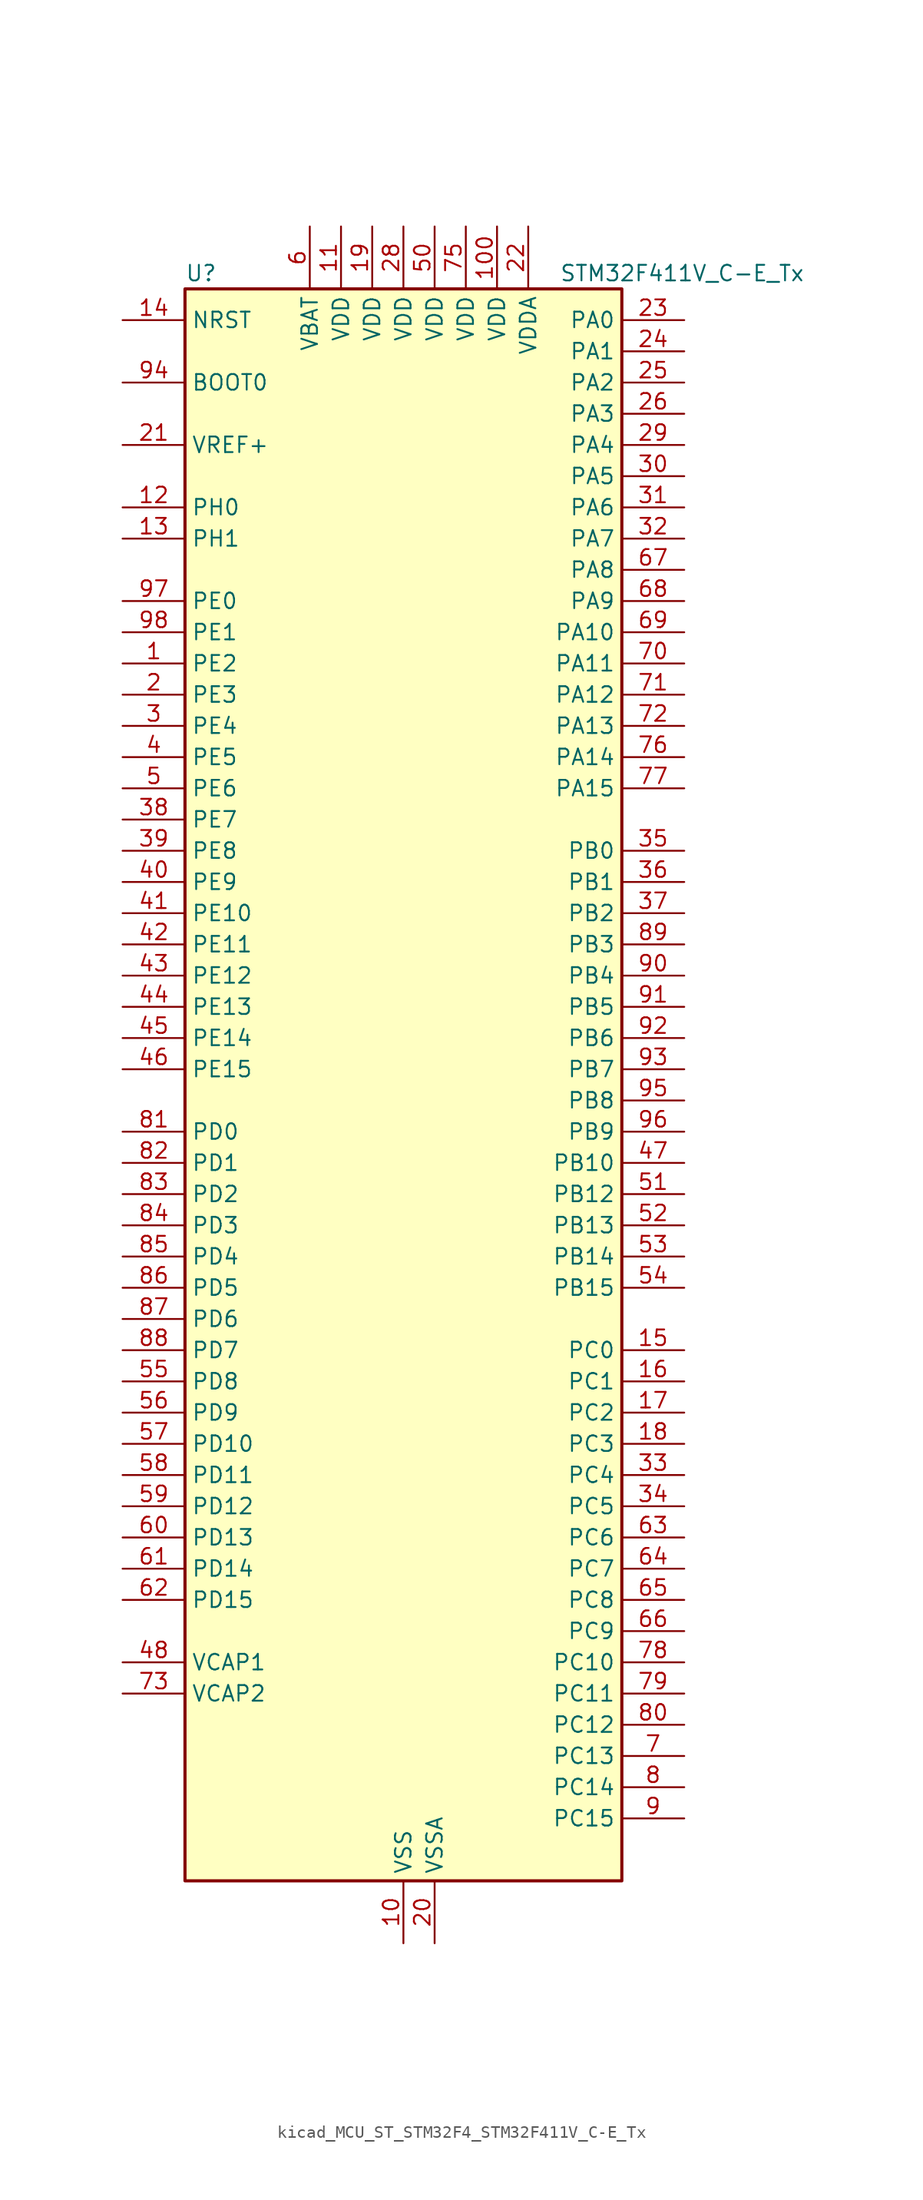
<source format=kicad_sym>
(kicad_symbol_lib
  (version 20220914)
  (generator kicad_symbol_editor)
  (symbol "kicad_MCU_ST_STM32F4_STM32F411V_C-E_Tx"
    (property "Reference" "U"
      (at -17.78 67.31 0)
      (effects (font (size 1.27 1.27)) (justify left)))
    (property "Value" "STM32F411V_C-E_Tx"
      (at 12.7 67.31 0)
      (effects (font (size 1.27 1.27)) (justify left)))
    (property "ki_locked" ""
      (at 0 0 0)
      (effects (font (size 1.27 1.27))))
    (symbol "kicad_MCU_ST_STM32F4_STM32F411V_C-E_Tx_0_1"
      (rectangle (start -17.78 -63.5) (end 17.78 66.04) (stroke (width 0.254) (type default)) (fill (type background))))
    (symbol "kicad_MCU_ST_STM32F4_STM32F411V_C-E_Tx_1_1"
      (pin bidirectional line (at -22.86 35.56 0) (length 5.08) (name "PE2" (effects (font (size 1.27 1.27)))) (number "1" (effects (font (size 1.27 1.27)))) (alternate "I2S4_CK" bidirectional line) (alternate "I2S5_CK" bidirectional line) (alternate "SPI4_SCK" bidirectional line) (alternate "SPI5_SCK" bidirectional line) (alternate "SYS_TRACECLK" bidirectional line))
      (pin power_in line (at 0 -68.58 90) (length 5.08) (name "VSS" (effects (font (size 1.27 1.27)))) (number "10" (effects (font (size 1.27 1.27)))))
      (pin power_in line (at 7.62 71.12 270) (length 5.08) (name "VDD" (effects (font (size 1.27 1.27)))) (number "100" (effects (font (size 1.27 1.27)))))
      (pin power_in line (at -5.08 71.12 270) (length 5.08) (name "VDD" (effects (font (size 1.27 1.27)))) (number "11" (effects (font (size 1.27 1.27)))))
      (pin bidirectional line (at -22.86 48.26 0) (length 5.08) (name "PH0" (effects (font (size 1.27 1.27)))) (number "12" (effects (font (size 1.27 1.27)))) (alternate "RCC_OSC_IN" bidirectional line))
      (pin bidirectional line (at -22.86 45.72 0) (length 5.08) (name "PH1" (effects (font (size 1.27 1.27)))) (number "13" (effects (font (size 1.27 1.27)))) (alternate "RCC_OSC_OUT" bidirectional line))
      (pin input line (at -22.86 63.5 0) (length 5.08) (name "NRST" (effects (font (size 1.27 1.27)))) (number "14" (effects (font (size 1.27 1.27)))))
      (pin bidirectional line (at 22.86 -20.32 180) (length 5.08) (name "PC0" (effects (font (size 1.27 1.27)))) (number "15" (effects (font (size 1.27 1.27)))) (alternate "ADC1_IN10" bidirectional line))
      (pin bidirectional line (at 22.86 -22.86 180) (length 5.08) (name "PC1" (effects (font (size 1.27 1.27)))) (number "16" (effects (font (size 1.27 1.27)))) (alternate "ADC1_IN11" bidirectional line))
      (pin bidirectional line (at 22.86 -25.4 180) (length 5.08) (name "PC2" (effects (font (size 1.27 1.27)))) (number "17" (effects (font (size 1.27 1.27)))) (alternate "ADC1_IN12" bidirectional line) (alternate "I2S2_ext_SD" bidirectional line) (alternate "SPI2_MISO" bidirectional line))
      (pin bidirectional line (at 22.86 -27.94 180) (length 5.08) (name "PC3" (effects (font (size 1.27 1.27)))) (number "18" (effects (font (size 1.27 1.27)))) (alternate "ADC1_IN13" bidirectional line) (alternate "I2S2_SD" bidirectional line) (alternate "SPI2_MOSI" bidirectional line))
      (pin power_in line (at -2.54 71.12 270) (length 5.08) (name "VDD" (effects (font (size 1.27 1.27)))) (number "19" (effects (font (size 1.27 1.27)))))
      (pin bidirectional line (at -22.86 33.02 0) (length 5.08) (name "PE3" (effects (font (size 1.27 1.27)))) (number "2" (effects (font (size 1.27 1.27)))) (alternate "SYS_TRACED0" bidirectional line))
      (pin power_in line (at 2.54 -68.58 90) (length 5.08) (name "VSSA" (effects (font (size 1.27 1.27)))) (number "20" (effects (font (size 1.27 1.27)))))
      (pin input line (at -22.86 53.34 0) (length 5.08) (name "VREF+" (effects (font (size 1.27 1.27)))) (number "21" (effects (font (size 1.27 1.27)))))
      (pin power_in line (at 10.16 71.12 270) (length 5.08) (name "VDDA" (effects (font (size 1.27 1.27)))) (number "22" (effects (font (size 1.27 1.27)))))
      (pin bidirectional line (at 22.86 63.5 180) (length 5.08) (name "PA0" (effects (font (size 1.27 1.27)))) (number "23" (effects (font (size 1.27 1.27)))) (alternate "ADC1_IN0" bidirectional line) (alternate "SYS_WKUP" bidirectional line) (alternate "TIM2_CH1" bidirectional line) (alternate "TIM2_ETR" bidirectional line) (alternate "TIM5_CH1" bidirectional line) (alternate "USART2_CTS" bidirectional line))
      (pin bidirectional line (at 22.86 60.96 180) (length 5.08) (name "PA1" (effects (font (size 1.27 1.27)))) (number "24" (effects (font (size 1.27 1.27)))) (alternate "ADC1_IN1" bidirectional line) (alternate "I2S4_SD" bidirectional line) (alternate "SPI4_MOSI" bidirectional line) (alternate "TIM2_CH2" bidirectional line) (alternate "TIM5_CH2" bidirectional line) (alternate "USART2_RTS" bidirectional line))
      (pin bidirectional line (at 22.86 58.42 180) (length 5.08) (name "PA2" (effects (font (size 1.27 1.27)))) (number "25" (effects (font (size 1.27 1.27)))) (alternate "ADC1_IN2" bidirectional line) (alternate "I2S_CKIN" bidirectional line) (alternate "TIM2_CH3" bidirectional line) (alternate "TIM5_CH3" bidirectional line) (alternate "TIM9_CH1" bidirectional line) (alternate "USART2_TX" bidirectional line))
      (pin bidirectional line (at 22.86 55.88 180) (length 5.08) (name "PA3" (effects (font (size 1.27 1.27)))) (number "26" (effects (font (size 1.27 1.27)))) (alternate "ADC1_IN3" bidirectional line) (alternate "I2S2_MCK" bidirectional line) (alternate "TIM2_CH4" bidirectional line) (alternate "TIM5_CH4" bidirectional line) (alternate "TIM9_CH2" bidirectional line) (alternate "USART2_RX" bidirectional line))
      (pin passive line (at 0 -68.58 90) (length 5.08) hide (name "VSS" (effects (font (size 1.27 1.27)))) (number "27" (effects (font (size 1.27 1.27)))))
      (pin power_in line (at 0 71.12 270) (length 5.08) (name "VDD" (effects (font (size 1.27 1.27)))) (number "28" (effects (font (size 1.27 1.27)))))
      (pin bidirectional line (at 22.86 53.34 180) (length 5.08) (name "PA4" (effects (font (size 1.27 1.27)))) (number "29" (effects (font (size 1.27 1.27)))) (alternate "ADC1_IN4" bidirectional line) (alternate "I2S1_WS" bidirectional line) (alternate "I2S3_WS" bidirectional line) (alternate "SPI1_NSS" bidirectional line) (alternate "SPI3_NSS" bidirectional line) (alternate "USART2_CK" bidirectional line))
      (pin bidirectional line (at -22.86 30.48 0) (length 5.08) (name "PE4" (effects (font (size 1.27 1.27)))) (number "3" (effects (font (size 1.27 1.27)))) (alternate "I2S4_WS" bidirectional line) (alternate "I2S5_WS" bidirectional line) (alternate "SPI4_NSS" bidirectional line) (alternate "SPI5_NSS" bidirectional line) (alternate "SYS_TRACED1" bidirectional line))
      (pin bidirectional line (at 22.86 50.8 180) (length 5.08) (name "PA5" (effects (font (size 1.27 1.27)))) (number "30" (effects (font (size 1.27 1.27)))) (alternate "ADC1_IN5" bidirectional line) (alternate "I2S1_CK" bidirectional line) (alternate "SPI1_SCK" bidirectional line) (alternate "TIM2_CH1" bidirectional line) (alternate "TIM2_ETR" bidirectional line))
      (pin bidirectional line (at 22.86 48.26 180) (length 5.08) (name "PA6" (effects (font (size 1.27 1.27)))) (number "31" (effects (font (size 1.27 1.27)))) (alternate "ADC1_IN6" bidirectional line) (alternate "I2S2_MCK" bidirectional line) (alternate "SDIO_CMD" bidirectional line) (alternate "SPI1_MISO" bidirectional line) (alternate "TIM1_BKIN" bidirectional line) (alternate "TIM3_CH1" bidirectional line))
      (pin bidirectional line (at 22.86 45.72 180) (length 5.08) (name "PA7" (effects (font (size 1.27 1.27)))) (number "32" (effects (font (size 1.27 1.27)))) (alternate "ADC1_IN7" bidirectional line) (alternate "I2S1_SD" bidirectional line) (alternate "SPI1_MOSI" bidirectional line) (alternate "TIM1_CH1N" bidirectional line) (alternate "TIM3_CH2" bidirectional line))
      (pin bidirectional line (at 22.86 -30.48 180) (length 5.08) (name "PC4" (effects (font (size 1.27 1.27)))) (number "33" (effects (font (size 1.27 1.27)))) (alternate "ADC1_IN14" bidirectional line))
      (pin bidirectional line (at 22.86 -33.02 180) (length 5.08) (name "PC5" (effects (font (size 1.27 1.27)))) (number "34" (effects (font (size 1.27 1.27)))) (alternate "ADC1_IN15" bidirectional line))
      (pin bidirectional line (at 22.86 20.32 180) (length 5.08) (name "PB0" (effects (font (size 1.27 1.27)))) (number "35" (effects (font (size 1.27 1.27)))) (alternate "ADC1_IN8" bidirectional line) (alternate "I2S5_CK" bidirectional line) (alternate "SPI5_SCK" bidirectional line) (alternate "TIM1_CH2N" bidirectional line) (alternate "TIM3_CH3" bidirectional line))
      (pin bidirectional line (at 22.86 17.78 180) (length 5.08) (name "PB1" (effects (font (size 1.27 1.27)))) (number "36" (effects (font (size 1.27 1.27)))) (alternate "ADC1_IN9" bidirectional line) (alternate "I2S5_WS" bidirectional line) (alternate "SPI5_NSS" bidirectional line) (alternate "TIM1_CH3N" bidirectional line) (alternate "TIM3_CH4" bidirectional line))
      (pin bidirectional line (at 22.86 15.24 180) (length 5.08) (name "PB2" (effects (font (size 1.27 1.27)))) (number "37" (effects (font (size 1.27 1.27)))))
      (pin bidirectional line (at -22.86 22.86 0) (length 5.08) (name "PE7" (effects (font (size 1.27 1.27)))) (number "38" (effects (font (size 1.27 1.27)))) (alternate "TIM1_ETR" bidirectional line))
      (pin bidirectional line (at -22.86 20.32 0) (length 5.08) (name "PE8" (effects (font (size 1.27 1.27)))) (number "39" (effects (font (size 1.27 1.27)))) (alternate "TIM1_CH1N" bidirectional line))
      (pin bidirectional line (at -22.86 27.94 0) (length 5.08) (name "PE5" (effects (font (size 1.27 1.27)))) (number "4" (effects (font (size 1.27 1.27)))) (alternate "SPI4_MISO" bidirectional line) (alternate "SPI5_MISO" bidirectional line) (alternate "SYS_TRACED2" bidirectional line) (alternate "TIM9_CH1" bidirectional line))
      (pin bidirectional line (at -22.86 17.78 0) (length 5.08) (name "PE9" (effects (font (size 1.27 1.27)))) (number "40" (effects (font (size 1.27 1.27)))) (alternate "TIM1_CH1" bidirectional line))
      (pin bidirectional line (at -22.86 15.24 0) (length 5.08) (name "PE10" (effects (font (size 1.27 1.27)))) (number "41" (effects (font (size 1.27 1.27)))) (alternate "TIM1_CH2N" bidirectional line))
      (pin bidirectional line (at -22.86 12.7 0) (length 5.08) (name "PE11" (effects (font (size 1.27 1.27)))) (number "42" (effects (font (size 1.27 1.27)))) (alternate "ADC1_EXTI11" bidirectional line) (alternate "I2S4_WS" bidirectional line) (alternate "I2S5_WS" bidirectional line) (alternate "SPI4_NSS" bidirectional line) (alternate "SPI5_NSS" bidirectional line) (alternate "TIM1_CH2" bidirectional line))
      (pin bidirectional line (at -22.86 10.16 0) (length 5.08) (name "PE12" (effects (font (size 1.27 1.27)))) (number "43" (effects (font (size 1.27 1.27)))) (alternate "I2S4_CK" bidirectional line) (alternate "I2S5_CK" bidirectional line) (alternate "SPI4_SCK" bidirectional line) (alternate "SPI5_SCK" bidirectional line) (alternate "TIM1_CH3N" bidirectional line))
      (pin bidirectional line (at -22.86 7.62 0) (length 5.08) (name "PE13" (effects (font (size 1.27 1.27)))) (number "44" (effects (font (size 1.27 1.27)))) (alternate "SPI4_MISO" bidirectional line) (alternate "SPI5_MISO" bidirectional line) (alternate "TIM1_CH3" bidirectional line))
      (pin bidirectional line (at -22.86 5.08 0) (length 5.08) (name "PE14" (effects (font (size 1.27 1.27)))) (number "45" (effects (font (size 1.27 1.27)))) (alternate "I2S4_SD" bidirectional line) (alternate "I2S5_SD" bidirectional line) (alternate "SPI4_MOSI" bidirectional line) (alternate "SPI5_MOSI" bidirectional line) (alternate "TIM1_CH4" bidirectional line))
      (pin bidirectional line (at -22.86 2.54 0) (length 5.08) (name "PE15" (effects (font (size 1.27 1.27)))) (number "46" (effects (font (size 1.27 1.27)))) (alternate "ADC1_EXTI15" bidirectional line) (alternate "TIM1_BKIN" bidirectional line))
      (pin bidirectional line (at 22.86 -5.08 180) (length 5.08) (name "PB10" (effects (font (size 1.27 1.27)))) (number "47" (effects (font (size 1.27 1.27)))) (alternate "I2C2_SCL" bidirectional line) (alternate "I2S2_CK" bidirectional line) (alternate "I2S3_MCK" bidirectional line) (alternate "SDIO_D7" bidirectional line) (alternate "SPI2_SCK" bidirectional line) (alternate "TIM2_CH3" bidirectional line))
      (pin power_out line (at -22.86 -45.72 0) (length 5.08) (name "VCAP1" (effects (font (size 1.27 1.27)))) (number "48" (effects (font (size 1.27 1.27)))))
      (pin passive line (at 0 -68.58 90) (length 5.08) hide (name "VSS" (effects (font (size 1.27 1.27)))) (number "49" (effects (font (size 1.27 1.27)))))
      (pin bidirectional line (at -22.86 25.4 0) (length 5.08) (name "PE6" (effects (font (size 1.27 1.27)))) (number "5" (effects (font (size 1.27 1.27)))) (alternate "I2S4_SD" bidirectional line) (alternate "I2S5_SD" bidirectional line) (alternate "SPI4_MOSI" bidirectional line) (alternate "SPI5_MOSI" bidirectional line) (alternate "SYS_TRACED3" bidirectional line) (alternate "TIM9_CH2" bidirectional line))
      (pin power_in line (at 2.54 71.12 270) (length 5.08) (name "VDD" (effects (font (size 1.27 1.27)))) (number "50" (effects (font (size 1.27 1.27)))))
      (pin bidirectional line (at 22.86 -7.62 180) (length 5.08) (name "PB12" (effects (font (size 1.27 1.27)))) (number "51" (effects (font (size 1.27 1.27)))) (alternate "I2C2_SMBA" bidirectional line) (alternate "I2S2_WS" bidirectional line) (alternate "I2S3_CK" bidirectional line) (alternate "I2S4_WS" bidirectional line) (alternate "SPI2_NSS" bidirectional line) (alternate "SPI3_SCK" bidirectional line) (alternate "SPI4_NSS" bidirectional line) (alternate "TIM1_BKIN" bidirectional line))
      (pin bidirectional line (at 22.86 -10.16 180) (length 5.08) (name "PB13" (effects (font (size 1.27 1.27)))) (number "52" (effects (font (size 1.27 1.27)))) (alternate "I2S2_CK" bidirectional line) (alternate "I2S4_CK" bidirectional line) (alternate "SPI2_SCK" bidirectional line) (alternate "SPI4_SCK" bidirectional line) (alternate "TIM1_CH1N" bidirectional line))
      (pin bidirectional line (at 22.86 -12.7 180) (length 5.08) (name "PB14" (effects (font (size 1.27 1.27)))) (number "53" (effects (font (size 1.27 1.27)))) (alternate "I2S2_ext_SD" bidirectional line) (alternate "SDIO_D6" bidirectional line) (alternate "SPI2_MISO" bidirectional line) (alternate "TIM1_CH2N" bidirectional line))
      (pin bidirectional line (at 22.86 -15.24 180) (length 5.08) (name "PB15" (effects (font (size 1.27 1.27)))) (number "54" (effects (font (size 1.27 1.27)))) (alternate "ADC1_EXTI15" bidirectional line) (alternate "I2S2_SD" bidirectional line) (alternate "RTC_REFIN" bidirectional line) (alternate "SDIO_CK" bidirectional line) (alternate "SPI2_MOSI" bidirectional line) (alternate "TIM1_CH3N" bidirectional line))
      (pin bidirectional line (at -22.86 -22.86 0) (length 5.08) (name "PD8" (effects (font (size 1.27 1.27)))) (number "55" (effects (font (size 1.27 1.27)))))
      (pin bidirectional line (at -22.86 -25.4 0) (length 5.08) (name "PD9" (effects (font (size 1.27 1.27)))) (number "56" (effects (font (size 1.27 1.27)))))
      (pin bidirectional line (at -22.86 -27.94 0) (length 5.08) (name "PD10" (effects (font (size 1.27 1.27)))) (number "57" (effects (font (size 1.27 1.27)))))
      (pin bidirectional line (at -22.86 -30.48 0) (length 5.08) (name "PD11" (effects (font (size 1.27 1.27)))) (number "58" (effects (font (size 1.27 1.27)))) (alternate "ADC1_EXTI11" bidirectional line))
      (pin bidirectional line (at -22.86 -33.02 0) (length 5.08) (name "PD12" (effects (font (size 1.27 1.27)))) (number "59" (effects (font (size 1.27 1.27)))) (alternate "TIM4_CH1" bidirectional line))
      (pin power_in line (at -7.62 71.12 270) (length 5.08) (name "VBAT" (effects (font (size 1.27 1.27)))) (number "6" (effects (font (size 1.27 1.27)))))
      (pin bidirectional line (at -22.86 -35.56 0) (length 5.08) (name "PD13" (effects (font (size 1.27 1.27)))) (number "60" (effects (font (size 1.27 1.27)))) (alternate "TIM4_CH2" bidirectional line))
      (pin bidirectional line (at -22.86 -38.1 0) (length 5.08) (name "PD14" (effects (font (size 1.27 1.27)))) (number "61" (effects (font (size 1.27 1.27)))) (alternate "TIM4_CH3" bidirectional line))
      (pin bidirectional line (at -22.86 -40.64 0) (length 5.08) (name "PD15" (effects (font (size 1.27 1.27)))) (number "62" (effects (font (size 1.27 1.27)))) (alternate "ADC1_EXTI15" bidirectional line) (alternate "TIM4_CH4" bidirectional line))
      (pin bidirectional line (at 22.86 -35.56 180) (length 5.08) (name "PC6" (effects (font (size 1.27 1.27)))) (number "63" (effects (font (size 1.27 1.27)))) (alternate "I2S2_MCK" bidirectional line) (alternate "SDIO_D6" bidirectional line) (alternate "TIM3_CH1" bidirectional line) (alternate "USART6_TX" bidirectional line))
      (pin bidirectional line (at 22.86 -38.1 180) (length 5.08) (name "PC7" (effects (font (size 1.27 1.27)))) (number "64" (effects (font (size 1.27 1.27)))) (alternate "I2S2_CK" bidirectional line) (alternate "I2S3_MCK" bidirectional line) (alternate "SDIO_D7" bidirectional line) (alternate "SPI2_SCK" bidirectional line) (alternate "TIM3_CH2" bidirectional line) (alternate "USART6_RX" bidirectional line))
      (pin bidirectional line (at 22.86 -40.64 180) (length 5.08) (name "PC8" (effects (font (size 1.27 1.27)))) (number "65" (effects (font (size 1.27 1.27)))) (alternate "SDIO_D0" bidirectional line) (alternate "TIM3_CH3" bidirectional line) (alternate "USART6_CK" bidirectional line))
      (pin bidirectional line (at 22.86 -43.18 180) (length 5.08) (name "PC9" (effects (font (size 1.27 1.27)))) (number "66" (effects (font (size 1.27 1.27)))) (alternate "I2C3_SDA" bidirectional line) (alternate "I2S_CKIN" bidirectional line) (alternate "RCC_MCO_2" bidirectional line) (alternate "SDIO_D1" bidirectional line) (alternate "TIM3_CH4" bidirectional line))
      (pin bidirectional line (at 22.86 43.18 180) (length 5.08) (name "PA8" (effects (font (size 1.27 1.27)))) (number "67" (effects (font (size 1.27 1.27)))) (alternate "I2C3_SCL" bidirectional line) (alternate "RCC_MCO_1" bidirectional line) (alternate "SDIO_D1" bidirectional line) (alternate "TIM1_CH1" bidirectional line) (alternate "USART1_CK" bidirectional line) (alternate "USB_OTG_FS_SOF" bidirectional line))
      (pin bidirectional line (at 22.86 40.64 180) (length 5.08) (name "PA9" (effects (font (size 1.27 1.27)))) (number "68" (effects (font (size 1.27 1.27)))) (alternate "I2C3_SMBA" bidirectional line) (alternate "SDIO_D2" bidirectional line) (alternate "TIM1_CH2" bidirectional line) (alternate "USART1_TX" bidirectional line) (alternate "USB_OTG_FS_VBUS" bidirectional line))
      (pin bidirectional line (at 22.86 38.1 180) (length 5.08) (name "PA10" (effects (font (size 1.27 1.27)))) (number "69" (effects (font (size 1.27 1.27)))) (alternate "I2S5_SD" bidirectional line) (alternate "SPI5_MOSI" bidirectional line) (alternate "TIM1_CH3" bidirectional line) (alternate "USART1_RX" bidirectional line) (alternate "USB_OTG_FS_ID" bidirectional line))
      (pin bidirectional line (at 22.86 -53.34 180) (length 5.08) (name "PC13" (effects (font (size 1.27 1.27)))) (number "7" (effects (font (size 1.27 1.27)))) (alternate "RTC_AF1" bidirectional line))
      (pin bidirectional line (at 22.86 35.56 180) (length 5.08) (name "PA11" (effects (font (size 1.27 1.27)))) (number "70" (effects (font (size 1.27 1.27)))) (alternate "ADC1_EXTI11" bidirectional line) (alternate "SPI4_MISO" bidirectional line) (alternate "TIM1_CH4" bidirectional line) (alternate "USART1_CTS" bidirectional line) (alternate "USART6_TX" bidirectional line) (alternate "USB_OTG_FS_DM" bidirectional line))
      (pin bidirectional line (at 22.86 33.02 180) (length 5.08) (name "PA12" (effects (font (size 1.27 1.27)))) (number "71" (effects (font (size 1.27 1.27)))) (alternate "SPI5_MISO" bidirectional line) (alternate "TIM1_ETR" bidirectional line) (alternate "USART1_RTS" bidirectional line) (alternate "USART6_RX" bidirectional line) (alternate "USB_OTG_FS_DP" bidirectional line))
      (pin bidirectional line (at 22.86 30.48 180) (length 5.08) (name "PA13" (effects (font (size 1.27 1.27)))) (number "72" (effects (font (size 1.27 1.27)))) (alternate "SYS_JTMS-SWDIO" bidirectional line))
      (pin power_out line (at -22.86 -48.26 0) (length 5.08) (name "VCAP2" (effects (font (size 1.27 1.27)))) (number "73" (effects (font (size 1.27 1.27)))))
      (pin passive line (at 0 -68.58 90) (length 5.08) hide (name "VSS" (effects (font (size 1.27 1.27)))) (number "74" (effects (font (size 1.27 1.27)))))
      (pin power_in line (at 5.08 71.12 270) (length 5.08) (name "VDD" (effects (font (size 1.27 1.27)))) (number "75" (effects (font (size 1.27 1.27)))))
      (pin bidirectional line (at 22.86 27.94 180) (length 5.08) (name "PA14" (effects (font (size 1.27 1.27)))) (number "76" (effects (font (size 1.27 1.27)))) (alternate "SYS_JTCK-SWCLK" bidirectional line))
      (pin bidirectional line (at 22.86 25.4 180) (length 5.08) (name "PA15" (effects (font (size 1.27 1.27)))) (number "77" (effects (font (size 1.27 1.27)))) (alternate "ADC1_EXTI15" bidirectional line) (alternate "I2S1_WS" bidirectional line) (alternate "I2S3_WS" bidirectional line) (alternate "SPI1_NSS" bidirectional line) (alternate "SPI3_NSS" bidirectional line) (alternate "SYS_JTDI" bidirectional line) (alternate "TIM2_CH1" bidirectional line) (alternate "TIM2_ETR" bidirectional line) (alternate "USART1_TX" bidirectional line))
      (pin bidirectional line (at 22.86 -45.72 180) (length 5.08) (name "PC10" (effects (font (size 1.27 1.27)))) (number "78" (effects (font (size 1.27 1.27)))) (alternate "I2S3_CK" bidirectional line) (alternate "SDIO_D2" bidirectional line) (alternate "SPI3_SCK" bidirectional line))
      (pin bidirectional line (at 22.86 -48.26 180) (length 5.08) (name "PC11" (effects (font (size 1.27 1.27)))) (number "79" (effects (font (size 1.27 1.27)))) (alternate "ADC1_EXTI11" bidirectional line) (alternate "I2S3_ext_SD" bidirectional line) (alternate "SDIO_D3" bidirectional line) (alternate "SPI3_MISO" bidirectional line))
      (pin bidirectional line (at 22.86 -55.88 180) (length 5.08) (name "PC14" (effects (font (size 1.27 1.27)))) (number "8" (effects (font (size 1.27 1.27)))) (alternate "RCC_OSC32_IN" bidirectional line))
      (pin bidirectional line (at 22.86 -50.8 180) (length 5.08) (name "PC12" (effects (font (size 1.27 1.27)))) (number "80" (effects (font (size 1.27 1.27)))) (alternate "I2S3_SD" bidirectional line) (alternate "SDIO_CK" bidirectional line) (alternate "SPI3_MOSI" bidirectional line))
      (pin bidirectional line (at -22.86 -2.54 0) (length 5.08) (name "PD0" (effects (font (size 1.27 1.27)))) (number "81" (effects (font (size 1.27 1.27)))))
      (pin bidirectional line (at -22.86 -5.08 0) (length 5.08) (name "PD1" (effects (font (size 1.27 1.27)))) (number "82" (effects (font (size 1.27 1.27)))))
      (pin bidirectional line (at -22.86 -7.62 0) (length 5.08) (name "PD2" (effects (font (size 1.27 1.27)))) (number "83" (effects (font (size 1.27 1.27)))) (alternate "SDIO_CMD" bidirectional line) (alternate "TIM3_ETR" bidirectional line))
      (pin bidirectional line (at -22.86 -10.16 0) (length 5.08) (name "PD3" (effects (font (size 1.27 1.27)))) (number "84" (effects (font (size 1.27 1.27)))) (alternate "I2S2_CK" bidirectional line) (alternate "SPI2_SCK" bidirectional line) (alternate "USART2_CTS" bidirectional line))
      (pin bidirectional line (at -22.86 -12.7 0) (length 5.08) (name "PD4" (effects (font (size 1.27 1.27)))) (number "85" (effects (font (size 1.27 1.27)))) (alternate "USART2_RTS" bidirectional line))
      (pin bidirectional line (at -22.86 -15.24 0) (length 5.08) (name "PD5" (effects (font (size 1.27 1.27)))) (number "86" (effects (font (size 1.27 1.27)))) (alternate "USART2_TX" bidirectional line))
      (pin bidirectional line (at -22.86 -17.78 0) (length 5.08) (name "PD6" (effects (font (size 1.27 1.27)))) (number "87" (effects (font (size 1.27 1.27)))) (alternate "I2S3_SD" bidirectional line) (alternate "SPI3_MOSI" bidirectional line) (alternate "USART2_RX" bidirectional line))
      (pin bidirectional line (at -22.86 -20.32 0) (length 5.08) (name "PD7" (effects (font (size 1.27 1.27)))) (number "88" (effects (font (size 1.27 1.27)))) (alternate "USART2_CK" bidirectional line))
      (pin bidirectional line (at 22.86 12.7 180) (length 5.08) (name "PB3" (effects (font (size 1.27 1.27)))) (number "89" (effects (font (size 1.27 1.27)))) (alternate "I2C2_SDA" bidirectional line) (alternate "I2S1_CK" bidirectional line) (alternate "I2S3_CK" bidirectional line) (alternate "SPI1_SCK" bidirectional line) (alternate "SPI3_SCK" bidirectional line) (alternate "SYS_JTDO-SWO" bidirectional line) (alternate "TIM2_CH2" bidirectional line) (alternate "USART1_RX" bidirectional line))
      (pin bidirectional line (at 22.86 -58.42 180) (length 5.08) (name "PC15" (effects (font (size 1.27 1.27)))) (number "9" (effects (font (size 1.27 1.27)))) (alternate "ADC1_EXTI15" bidirectional line) (alternate "RCC_OSC32_OUT" bidirectional line))
      (pin bidirectional line (at 22.86 10.16 180) (length 5.08) (name "PB4" (effects (font (size 1.27 1.27)))) (number "90" (effects (font (size 1.27 1.27)))) (alternate "I2C3_SDA" bidirectional line) (alternate "I2S3_ext_SD" bidirectional line) (alternate "SDIO_D0" bidirectional line) (alternate "SPI1_MISO" bidirectional line) (alternate "SPI3_MISO" bidirectional line) (alternate "SYS_JTRST" bidirectional line) (alternate "TIM3_CH1" bidirectional line))
      (pin bidirectional line (at 22.86 7.62 180) (length 5.08) (name "PB5" (effects (font (size 1.27 1.27)))) (number "91" (effects (font (size 1.27 1.27)))) (alternate "I2C1_SMBA" bidirectional line) (alternate "I2S1_SD" bidirectional line) (alternate "I2S3_SD" bidirectional line) (alternate "SDIO_D3" bidirectional line) (alternate "SPI1_MOSI" bidirectional line) (alternate "SPI3_MOSI" bidirectional line) (alternate "TIM3_CH2" bidirectional line))
      (pin bidirectional line (at 22.86 5.08 180) (length 5.08) (name "PB6" (effects (font (size 1.27 1.27)))) (number "92" (effects (font (size 1.27 1.27)))) (alternate "I2C1_SCL" bidirectional line) (alternate "TIM4_CH1" bidirectional line) (alternate "USART1_TX" bidirectional line))
      (pin bidirectional line (at 22.86 2.54 180) (length 5.08) (name "PB7" (effects (font (size 1.27 1.27)))) (number "93" (effects (font (size 1.27 1.27)))) (alternate "I2C1_SDA" bidirectional line) (alternate "SDIO_D0" bidirectional line) (alternate "TIM4_CH2" bidirectional line) (alternate "USART1_RX" bidirectional line))
      (pin input line (at -22.86 58.42 0) (length 5.08) (name "BOOT0" (effects (font (size 1.27 1.27)))) (number "94" (effects (font (size 1.27 1.27)))))
      (pin bidirectional line (at 22.86 0 180) (length 5.08) (name "PB8" (effects (font (size 1.27 1.27)))) (number "95" (effects (font (size 1.27 1.27)))) (alternate "I2C1_SCL" bidirectional line) (alternate "I2C3_SDA" bidirectional line) (alternate "I2S5_SD" bidirectional line) (alternate "SDIO_D4" bidirectional line) (alternate "SPI5_MOSI" bidirectional line) (alternate "TIM10_CH1" bidirectional line) (alternate "TIM4_CH3" bidirectional line))
      (pin bidirectional line (at 22.86 -2.54 180) (length 5.08) (name "PB9" (effects (font (size 1.27 1.27)))) (number "96" (effects (font (size 1.27 1.27)))) (alternate "I2C1_SDA" bidirectional line) (alternate "I2C2_SDA" bidirectional line) (alternate "I2S2_WS" bidirectional line) (alternate "SDIO_D5" bidirectional line) (alternate "SPI2_NSS" bidirectional line) (alternate "TIM11_CH1" bidirectional line) (alternate "TIM4_CH4" bidirectional line))
      (pin bidirectional line (at -22.86 40.64 0) (length 5.08) (name "PE0" (effects (font (size 1.27 1.27)))) (number "97" (effects (font (size 1.27 1.27)))) (alternate "TIM4_ETR" bidirectional line))
      (pin bidirectional line (at -22.86 38.1 0) (length 5.08) (name "PE1" (effects (font (size 1.27 1.27)))) (number "98" (effects (font (size 1.27 1.27)))))
      (pin passive line (at 0 -68.58 90) (length 5.08) hide (name "VSS" (effects (font (size 1.27 1.27)))) (number "99" (effects (font (size 1.27 1.27))))))))
</source>
